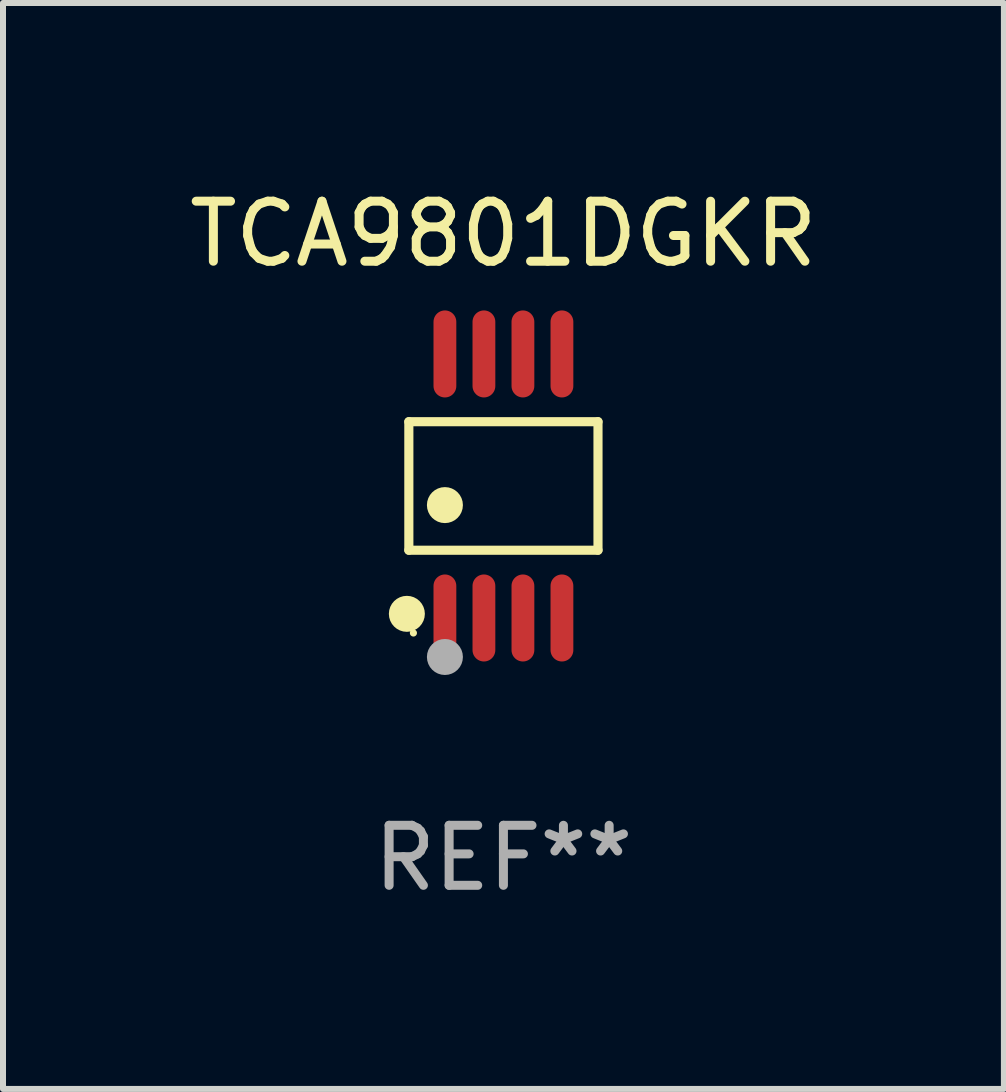
<source format=kicad_pcb>
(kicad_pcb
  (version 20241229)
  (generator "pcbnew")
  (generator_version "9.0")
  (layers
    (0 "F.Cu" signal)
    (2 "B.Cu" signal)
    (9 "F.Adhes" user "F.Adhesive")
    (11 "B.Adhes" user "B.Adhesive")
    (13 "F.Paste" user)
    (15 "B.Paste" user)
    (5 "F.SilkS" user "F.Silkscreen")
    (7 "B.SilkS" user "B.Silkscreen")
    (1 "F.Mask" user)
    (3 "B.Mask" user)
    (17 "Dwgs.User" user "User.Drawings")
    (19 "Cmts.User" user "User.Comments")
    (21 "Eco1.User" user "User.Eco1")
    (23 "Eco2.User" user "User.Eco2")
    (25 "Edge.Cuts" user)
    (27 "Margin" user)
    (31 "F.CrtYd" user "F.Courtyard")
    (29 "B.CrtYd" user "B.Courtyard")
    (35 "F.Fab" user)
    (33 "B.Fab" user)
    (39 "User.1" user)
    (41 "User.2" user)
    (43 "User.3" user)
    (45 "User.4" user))
  (footprint "TCA9801DGKR"
    (layer "F.Cu")
    (at 5.339 5.048)
    (property "Reference" "TCA9801DGKR" (at 0 -4.2 0) (layer "F.SilkS") (effects (font (size 1 1) (thickness 0.15))))
    (attr through_hole)
    (fp_line (start -1.576 -1.071) (end 1.576 -1.071) (stroke (width 0.152) (type solid)) (layer "F.SilkS"))
    (fp_line (start -1.576 1.071) (end -1.576 -1.071) (stroke (width 0.152) (type solid)) (layer "F.SilkS"))
    (fp_line (start 1.576 -1.071) (end 1.576 1.071) (stroke (width 0.152) (type solid)) (layer "F.SilkS"))
    (fp_line (start 1.576 1.071) (end -1.576 1.071) (stroke (width 0.152) (type solid)) (layer "F.SilkS"))
    (fp_circle (center -1.609 2.131) (end -1.459 2.131) (stroke (width 0.3) (type solid)) (fill no) (layer "F.SilkS"))
    (fp_circle (center -1.5 2.45) (end -1.47 2.45) (stroke (width 0.06) (type solid)) (fill no) (layer "F.SilkS"))
    (fp_circle (center -0.975 0.319) (end -0.825 0.319) (stroke (width 0.3) (type solid)) (fill no) (layer "F.SilkS"))
    (fp_circle (center -0.975 2.85) (end -0.825 2.85) (stroke (width 0.3) (type solid)) (fill no) (layer "F.Fab"))
    (fp_text user "REF**" (at 0 6.2 0) (layer "F.Fab") (effects (font (size 1 1) (thickness 0.15))))
    (pad "1" smd oval (at -0.975 2.2) (size 0.38 1.45) (layers "F.Cu" "F.Mask" "F.Paste"))
    (pad "2" smd oval (at -0.325 2.2) (size 0.38 1.45) (layers "F.Cu" "F.Mask" "F.Paste"))
    (pad "3" smd oval (at 0.325 2.2) (size 0.38 1.45) (layers "F.Cu" "F.Mask" "F.Paste"))
    (pad "4" smd oval (at 0.975 2.2) (size 0.38 1.45) (layers "F.Cu" "F.Mask" "F.Paste"))
    (pad "5" smd oval (at 0.975 -2.2) (size 0.38 1.45) (layers "F.Cu" "F.Mask" "F.Paste"))
    (pad "6" smd oval (at 0.325 -2.2) (size 0.38 1.45) (layers "F.Cu" "F.Mask" "F.Paste"))
    (pad "7" smd oval (at -0.325 -2.2) (size 0.38 1.45) (layers "F.Cu" "F.Mask" "F.Paste"))
    (pad "8" smd oval (at -0.975 -2.2) (size 0.38 1.45) (layers "F.Cu" "F.Mask" "F.Paste")))
  (gr_rect
    (start -3 -3)
    (end 13.679 15.096)
    (stroke (width 0.1) (type default))
    (fill no)
    (layer "Edge.Cuts")))
</source>
